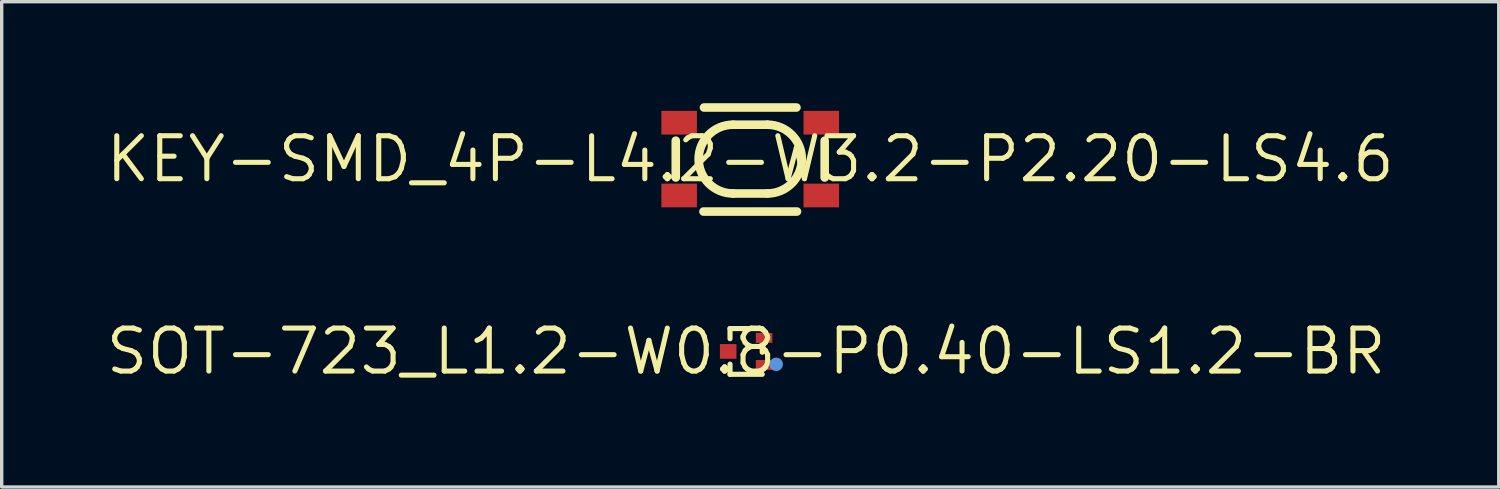
<source format=kicad_pcb>
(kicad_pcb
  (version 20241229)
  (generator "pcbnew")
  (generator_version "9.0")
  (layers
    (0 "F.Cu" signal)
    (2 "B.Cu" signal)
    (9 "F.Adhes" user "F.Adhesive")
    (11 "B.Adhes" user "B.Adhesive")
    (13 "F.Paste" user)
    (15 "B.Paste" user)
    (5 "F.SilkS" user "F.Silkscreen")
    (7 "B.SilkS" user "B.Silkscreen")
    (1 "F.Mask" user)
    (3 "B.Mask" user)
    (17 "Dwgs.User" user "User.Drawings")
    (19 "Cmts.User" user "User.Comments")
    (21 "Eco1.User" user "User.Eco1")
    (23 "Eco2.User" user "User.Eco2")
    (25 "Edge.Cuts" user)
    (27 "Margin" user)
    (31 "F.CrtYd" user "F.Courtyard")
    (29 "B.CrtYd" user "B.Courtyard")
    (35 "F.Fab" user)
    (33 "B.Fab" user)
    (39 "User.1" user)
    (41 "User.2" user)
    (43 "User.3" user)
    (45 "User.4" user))
  (footprint "SOT-723_L1.2-W0.8-P0.40-LS1.2-BR"
    (layer "F.Cu")
    (at 18.997 7.334)
    (property "Reference" "SOT-723_L1.2-W0.8-P0.40-LS1.2-BR" (at 0 0 0) (layer "F.SilkS") (effects (font (size 1.27 1.27) (thickness 0.15))))
    (attr smd)
    (fp_line (start -0.476 -0.676) (end -0.476 -0.376) (stroke (width 0.152) (type solid)) (layer "F.SilkS"))
    (fp_line (start -0.476 0.676) (end -0.476 0.376) (stroke (width 0.152) (type solid)) (layer "F.SilkS"))
    (fp_line (start 0.476 -0.676) (end -0.476 -0.676) (stroke (width 0.152) (type solid)) (layer "F.SilkS"))
    (fp_line (start 0.476 -0.024) (end 0.476 0.024) (stroke (width 0.152) (type solid)) (layer "F.SilkS"))
    (fp_line (start 0.476 0.676) (end -0.476 0.676) (stroke (width 0.152) (type solid)) (layer "F.SilkS"))
    (fp_circle (center 0.889 0.381) (end 0.989 0.381) (stroke (width 0.2) (type solid)) (fill no) (layer "Cmts.User"))
    (fp_text user "" (at 0 0 0) (layer "Cmts.User") (effects (font (size 1 1) (thickness 0.15))))
    (pad "1" smd rect (at 0.53 0.4) (size 0.489 0.294) (layers "F.Cu" "F.Mask" "F.Paste"))
    (pad "2" smd rect (at 0.53 -0.4) (size 0.489 0.294) (layers "F.Cu" "F.Mask" "F.Paste"))
    (pad "3" smd rect (at -0.53 0) (size 0.489 0.434) (layers "F.Cu" "F.Mask" "F.Paste")))
  (footprint "KEY-SMD_4P-L4.2-W3.2-P2.20-LS4.6"
    (layer "F.Cu")
    (at 19.118 1.651)
    (property "Reference" "KEY-SMD_4P-L4.2-W3.2-P2.20-LS4.6" (at 0 0 0) (layer "F.SilkS") (effects (font (size 1.27 1.27) (thickness 0.15))))
    (attr smd)
    (fp_line (start -2.2 -0.544) (end -2.2 0.544) (stroke (width 0.254) (type solid)) (layer "F.SilkS"))
    (fp_line (start -1.381 1.55) (end 1.381 1.55) (stroke (width 0.254) (type solid)) (layer "F.SilkS"))
    (fp_line (start -0.508 -1.016) (end 0.508 -1.016) (stroke (width 0.254) (type solid)) (layer "F.SilkS"))
    (fp_line (start -0.508 1.016) (end 0.508 1.016) (stroke (width 0.254) (type solid)) (layer "F.SilkS"))
    (fp_line (start 1.366 -1.524) (end -1.366 -1.524) (stroke (width 0.254) (type solid)) (layer "F.SilkS"))
    (fp_line (start 2.2 -0.544) (end 2.2 0.544) (stroke (width 0.254) (type solid)) (layer "F.SilkS"))
    (fp_arc (start -0.508 1.016) (mid -1.524 0) (end -0.508 -1.016) (stroke (width 0.254) (type solid)) (layer "F.SilkS"))
    (fp_arc (start 0.508 -1.016) (mid 1.524 0) (end 0.508 1.016) (stroke (width 0.254) (type solid)) (layer "F.SilkS"))
    (fp_text user "" (at 0 0 0) (layer "Cmts.User") (effects (font (size 1 1) (thickness 0.15))))
    (pad "1" smd rect (at -2.1 -1.075) (size 1.05 0.7) (layers "F.Cu" "F.Mask" "F.Paste"))
    (pad "2" smd rect (at 2.1 -1.075) (size 1.05 0.7) (layers "F.Cu" "F.Mask" "F.Paste"))
    (pad "3" smd rect (at -2.1 1.075) (size 1.05 0.7) (layers "F.Cu" "F.Mask" "F.Paste"))
    (pad "4" smd rect (at 2.1 1.075) (size 1.05 0.7) (layers "F.Cu" "F.Mask" "F.Paste")))
  (gr_rect
    (start -3 -3)
    (end 41.236 11.34)
    (stroke (width 0.1) (type default))
    (fill no)
    (layer "Edge.Cuts")))
</source>
